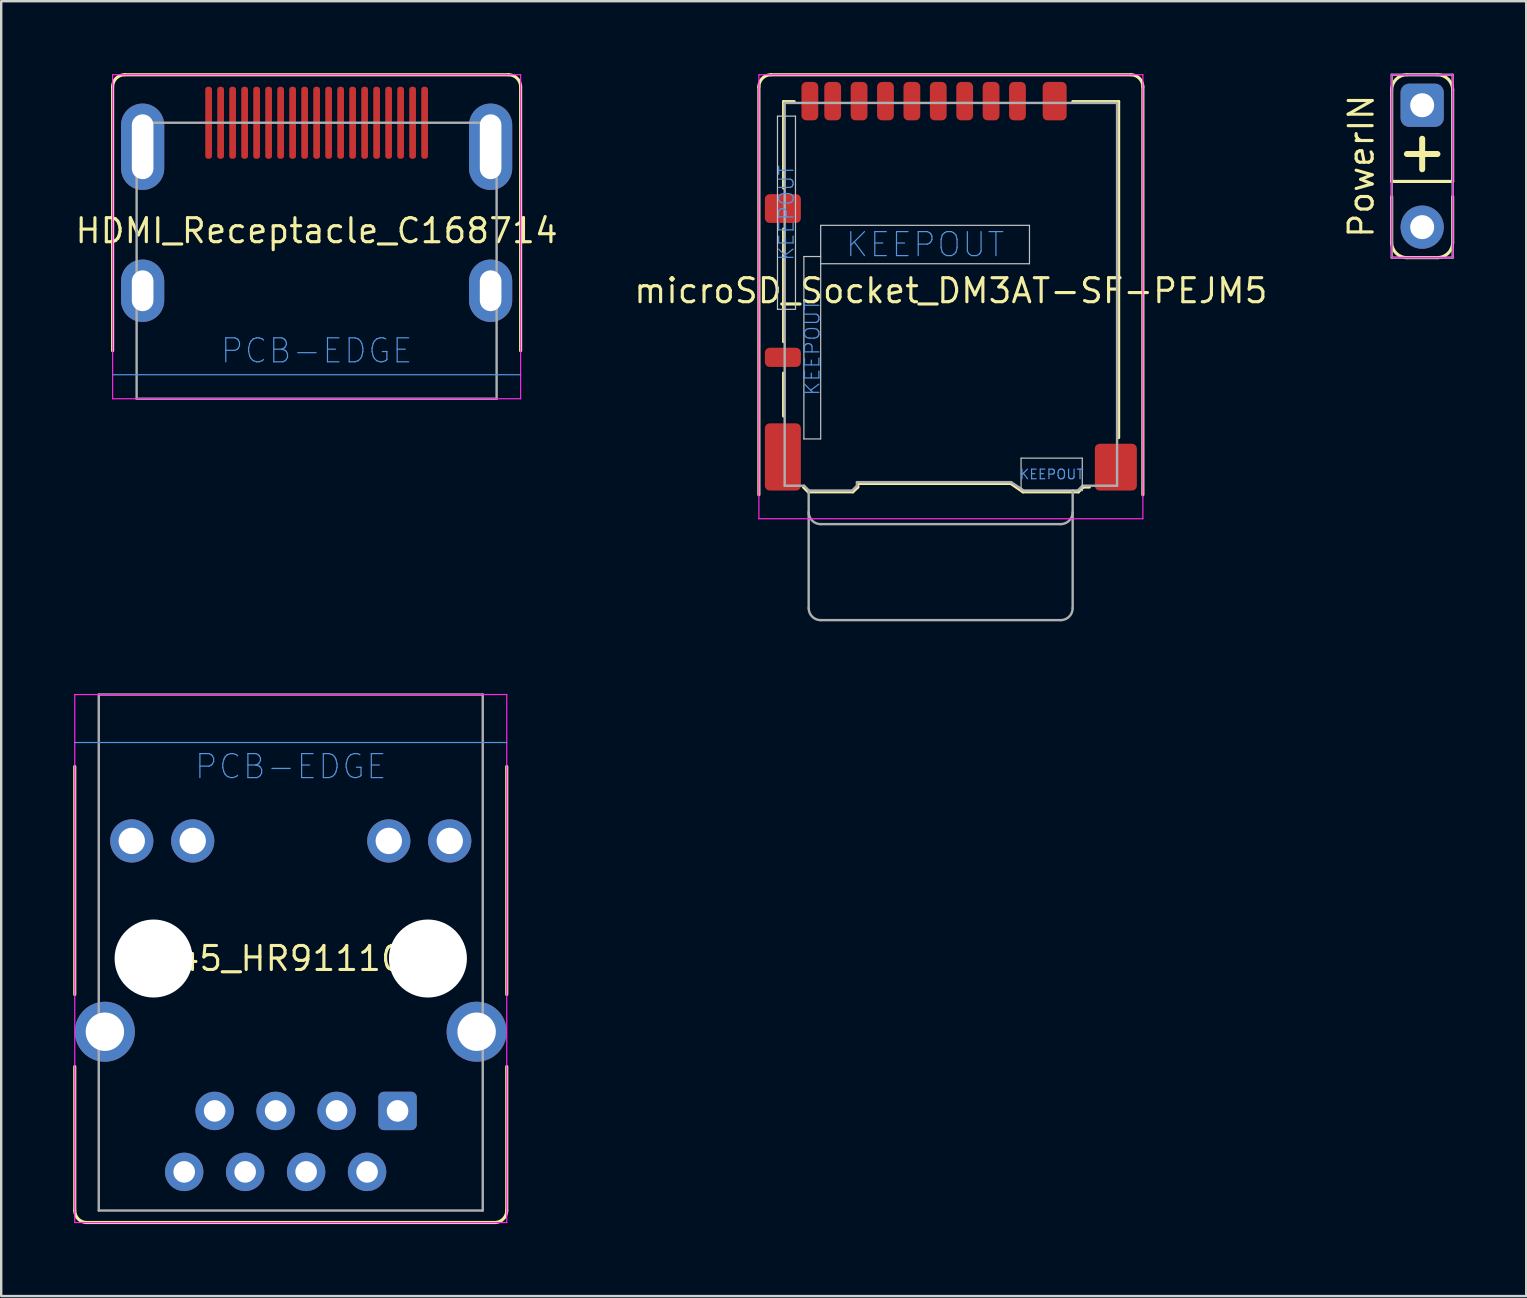
<source format=kicad_pcb>
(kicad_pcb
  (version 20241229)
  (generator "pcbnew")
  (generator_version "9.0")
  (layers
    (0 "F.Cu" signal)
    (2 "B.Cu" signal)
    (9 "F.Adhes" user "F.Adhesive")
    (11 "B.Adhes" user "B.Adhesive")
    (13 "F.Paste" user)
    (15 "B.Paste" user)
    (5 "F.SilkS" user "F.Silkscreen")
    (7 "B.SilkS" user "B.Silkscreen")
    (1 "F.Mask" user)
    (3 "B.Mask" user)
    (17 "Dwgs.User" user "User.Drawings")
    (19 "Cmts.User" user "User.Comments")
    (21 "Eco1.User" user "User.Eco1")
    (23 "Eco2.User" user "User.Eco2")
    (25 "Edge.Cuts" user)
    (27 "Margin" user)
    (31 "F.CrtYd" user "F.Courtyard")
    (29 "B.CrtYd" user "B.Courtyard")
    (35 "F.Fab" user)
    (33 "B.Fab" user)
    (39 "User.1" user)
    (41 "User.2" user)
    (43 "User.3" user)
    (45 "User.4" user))
  (footprint "microSD_Socket_DM3AT-SF-PEJM5"
    (layer "F.Cu")
    (at 36.571 9.065)
    (property "Reference" "microSD_Socket_DM3AT-SF-PEJM5" (at 0 0 0) (layer "F.SilkS") (effects (font (size 1 1) (thickness 0.13))))
    (attr smd)
    (fp_line (start -8 8.5) (end -8 -8.5) (stroke (width 0.13) (type solid)) (layer "F.SilkS"))
    (fp_line (start -7.5 -9) (end 7.5 -9) (stroke (width 0.13) (type solid)) (layer "F.SilkS"))
    (fp_line (start -6.975 -7.885) (end -6.975 -4.275) (stroke (width 0.12) (type solid)) (layer "F.SilkS"))
    (fp_line (start -6.975 -2.575) (end -6.975 2.125) (stroke (width 0.12) (type solid)) (layer "F.SilkS"))
    (fp_line (start -6.975 3.425) (end -6.975 5.225) (stroke (width 0.12) (type solid)) (layer "F.SilkS"))
    (fp_line (start -6.525 -7.885) (end -6.975 -7.885) (stroke (width 0.12) (type solid)) (layer "F.SilkS"))
    (fp_line (start -5.945 8.385) (end -6.145 8.185) (stroke (width 0.12) (type solid)) (layer "F.SilkS"))
    (fp_line (start -5.945 8.385) (end -4.085 8.385) (stroke (width 0.12) (type solid)) (layer "F.SilkS"))
    (fp_line (start -4.085 8.385) (end -3.875 8.185) (stroke (width 0.12) (type solid)) (layer "F.SilkS"))
    (fp_line (start -3.875 8.035) (end -3.875 8.185) (stroke (width 0.12) (type solid)) (layer "F.SilkS"))
    (fp_line (start -3.875 8.035) (end 2.495 8.035) (stroke (width 0.12) (type solid)) (layer "F.SilkS"))
    (fp_line (start 3.005 8.385) (end 2.495 8.035) (stroke (width 0.12) (type solid)) (layer "F.SilkS"))
    (fp_line (start 5.075 -7.885) (end 6.995 -7.885) (stroke (width 0.12) (type solid)) (layer "F.SilkS"))
    (fp_line (start 5.315 8.385) (end 3.005 8.385) (stroke (width 0.12) (type solid)) (layer "F.SilkS"))
    (fp_line (start 5.315 8.385) (end 5.515 8.185) (stroke (width 0.12) (type solid)) (layer "F.SilkS"))
    (fp_line (start 5.515 8.185) (end 5.775 8.185) (stroke (width 0.12) (type solid)) (layer "F.SilkS"))
    (fp_line (start 6.995 -7.885) (end 6.995 6.125) (stroke (width 0.12) (type solid)) (layer "F.SilkS"))
    (fp_line (start 8 -8.5) (end 8 8.5) (stroke (width 0.13) (type solid)) (layer "F.SilkS"))
    (fp_arc (start -8 -8.5) (mid -7.853553 -8.853553) (end -7.5 -9) (stroke (width 0.13) (type solid)) (layer "F.SilkS"))
    (fp_arc (start 7.5 -9) (mid 7.853553 -8.853553) (end 8 -8.5) (stroke (width 0.13) (type solid)) (layer "F.SilkS"))
    (fp_line (start -7.225 -7.275) (end -6.475 -7.275) (stroke (width 0.05) (type solid)) (layer "Dwgs.User"))
    (fp_line (start -7.225 0.775) (end -7.225 -7.275) (stroke (width 0.05) (type solid)) (layer "Dwgs.User"))
    (fp_line (start -6.475 -7.275) (end -6.475 0.775) (stroke (width 0.05) (type solid)) (layer "Dwgs.User"))
    (fp_line (start -6.475 0.775) (end -7.225 0.775) (stroke (width 0.05) (type solid)) (layer "Dwgs.User"))
    (fp_line (start -6.125 -1.425) (end -5.425 -1.425) (stroke (width 0.05) (type solid)) (layer "Dwgs.User"))
    (fp_line (start -6.125 6.175) (end -6.125 -1.425) (stroke (width 0.05) (type solid)) (layer "Dwgs.User"))
    (fp_line (start -5.425 -2.725) (end -5.425 6.175) (stroke (width 0.05) (type solid)) (layer "Dwgs.User"))
    (fp_line (start -5.425 -2.725) (end 3.275 -2.725) (stroke (width 0.05) (type solid)) (layer "Dwgs.User"))
    (fp_line (start -5.425 6.175) (end -6.125 6.175) (stroke (width 0.05) (type solid)) (layer "Dwgs.User"))
    (fp_line (start 2.925 6.975) (end 5.475 6.975) (stroke (width 0.05) (type solid)) (layer "Dwgs.User"))
    (fp_line (start 2.925 8.325) (end 2.925 6.975) (stroke (width 0.05) (type solid)) (layer "Dwgs.User"))
    (fp_line (start 3.275 -2.725) (end 3.275 -1.125) (stroke (width 0.05) (type solid)) (layer "Dwgs.User"))
    (fp_line (start 3.275 -1.125) (end -5.425 -1.125) (stroke (width 0.05) (type solid)) (layer "Dwgs.User"))
    (fp_line (start 5.475 6.975) (end 5.475 8.325) (stroke (width 0.05) (type solid)) (layer "Dwgs.User"))
    (fp_line (start 5.475 8.325) (end 2.925 8.325) (stroke (width 0.05) (type solid)) (layer "Dwgs.User"))
    (fp_line (start -8 -9) (end 8 -9) (stroke (width 0.05) (type solid)) (layer "F.CrtYd"))
    (fp_line (start -8 9.5) (end -8 -9) (stroke (width 0.05) (type solid)) (layer "F.CrtYd"))
    (fp_line (start 8 -9) (end 8 9.5) (stroke (width 0.05) (type solid)) (layer "F.CrtYd"))
    (fp_line (start 8 9.5) (end -8 9.5) (stroke (width 0.05) (type solid)) (layer "F.CrtYd"))
    (fp_line (start -6.925 8.125) (end -6.925 -7.825) (stroke (width 0.1) (type solid)) (layer "F.Fab"))
    (fp_line (start -6.115 8.125) (end -6.925 8.125) (stroke (width 0.1) (type solid)) (layer "F.Fab"))
    (fp_line (start -5.925 8.325) (end -5.925 13.225) (stroke (width 0.1) (type solid)) (layer "F.Fab"))
    (fp_line (start -5.915 8.325) (end -6.115 8.125) (stroke (width 0.1) (type solid)) (layer "F.Fab"))
    (fp_line (start -5.425 9.725) (end 4.575 9.725) (stroke (width 0.1) (type solid)) (layer "F.Fab"))
    (fp_line (start -5.425 13.725) (end 4.575 13.725) (stroke (width 0.1) (type solid)) (layer "F.Fab"))
    (fp_line (start -4.115 8.325) (end -5.915 8.325) (stroke (width 0.1) (type solid)) (layer "F.Fab"))
    (fp_line (start -3.915 8.125) (end -4.115 8.325) (stroke (width 0.1) (type solid)) (layer "F.Fab"))
    (fp_line (start -3.915 8.125) (end -3.915 7.975) (stroke (width 0.1) (type solid)) (layer "F.Fab"))
    (fp_line (start 2.51 7.975) (end -3.915 7.975) (stroke (width 0.1) (type solid)) (layer "F.Fab"))
    (fp_line (start 3.035 8.325) (end 2.51 7.975) (stroke (width 0.1) (type solid)) (layer "F.Fab"))
    (fp_line (start 5.075 13.225) (end 5.075 8.325) (stroke (width 0.1) (type solid)) (layer "F.Fab"))
    (fp_line (start 5.285 8.325) (end 3.035 8.325) (stroke (width 0.1) (type solid)) (layer "F.Fab"))
    (fp_line (start 5.285 8.325) (end 5.485 8.125) (stroke (width 0.1) (type solid)) (layer "F.Fab"))
    (fp_line (start 5.485 8.125) (end 6.925 8.125) (stroke (width 0.1) (type solid)) (layer "F.Fab"))
    (fp_line (start 6.925 -7.825) (end -6.925 -7.825) (stroke (width 0.1) (type solid)) (layer "F.Fab"))
    (fp_line (start 6.925 8.125) (end 6.925 -7.825) (stroke (width 0.1) (type solid)) (layer "F.Fab"))
    (fp_arc (start -5.425 9.725) (mid -5.778553 9.578553) (end -5.925 9.225) (stroke (width 0.1) (type solid)) (layer "F.Fab"))
    (fp_arc (start -5.425 13.725) (mid -5.778553 13.578553) (end -5.925 13.225) (stroke (width 0.1) (type solid)) (layer "F.Fab"))
    (fp_arc (start 5.075 9.225) (mid 4.928553 9.578553) (end 4.575 9.725) (stroke (width 0.1) (type solid)) (layer "F.Fab"))
    (fp_arc (start 5.075 13.225) (mid 4.928553 13.578553) (end 4.575 13.725) (stroke (width 0.1) (type solid)) (layer "F.Fab"))
    (fp_text user "KEEPOUT" (at 4.2 7.65 0) (layer "Cmts.User") (effects (font (size 0.4 0.4) (thickness 0.05))))
    (fp_text user "KEEPOUT" (at -1.075 -1.925 0) (layer "Cmts.User") (effects (font (size 1 1) (thickness 0.05))))
    (fp_text user "KEEPOUT" (at -5.775 2.375 90) (layer "Cmts.User") (effects (font (size 0.6 0.6) (thickness 0.05))))
    (fp_text user "KEEPOUT" (at -6.85 -3.25 90) (layer "Cmts.User") (effects (font (size 0.6 0.6) (thickness 0.05))))
    (pad "1" smd roundrect (at 2.775 -7.9) (size 0.7 1.6) (layers "F.Cu" "F.Mask" "F.Paste") (roundrect_rratio 0.286))
    (pad "2" smd roundrect (at 1.675 -7.9) (size 0.7 1.6) (layers "F.Cu" "F.Mask" "F.Paste") (roundrect_rratio 0.286))
    (pad "3" smd roundrect (at 0.575 -7.9) (size 0.7 1.6) (layers "F.Cu" "F.Mask" "F.Paste") (roundrect_rratio 0.286))
    (pad "4" smd roundrect (at -0.525 -7.9) (size 0.7 1.6) (layers "F.Cu" "F.Mask" "F.Paste") (roundrect_rratio 0.286))
    (pad "5" smd roundrect (at -1.625 -7.9) (size 0.7 1.6) (layers "F.Cu" "F.Mask" "F.Paste") (roundrect_rratio 0.286))
    (pad "6" smd roundrect (at -2.725 -7.9) (size 0.7 1.6) (layers "F.Cu" "F.Mask" "F.Paste") (roundrect_rratio 0.286))
    (pad "7" smd roundrect (at -3.825 -7.9) (size 0.7 1.6) (layers "F.Cu" "F.Mask" "F.Paste") (roundrect_rratio 0.286))
    (pad "8" smd roundrect (at -4.925 -7.9) (size 0.7 1.6) (layers "F.Cu" "F.Mask" "F.Paste") (roundrect_rratio 0.286))
    (pad "9" smd roundrect (at -5.875 -7.9) (size 0.7 1.6) (layers "F.Cu" "F.Mask" "F.Paste") (roundrect_rratio 0.286))
    (pad "10" smd roundrect (at -7 2.775) (size 1.5 0.8) (layers "F.Cu" "F.Mask" "F.Paste") (roundrect_rratio 0.25))
    (pad "11" smd roundrect (at -7 -3.425) (size 1.5 1.2) (layers "F.Cu" "F.Mask" "F.Paste") (roundrect_rratio 0.167))
    (pad "11" smd roundrect (at -7 6.925) (size 1.5 2.8) (layers "F.Cu" "F.Mask" "F.Paste") (roundrect_rratio 0.133))
    (pad "11" smd roundrect (at 4.325 -7.9) (size 1 1.6) (layers "F.Cu" "F.Mask" "F.Paste") (roundrect_rratio 0.2))
    (pad "11" smd roundrect (at 6.875 7.35) (size 1.75 1.95) (layers "F.Cu" "F.Mask" "F.Paste") (roundrect_rratio 0.114)))
  (footprint "RJ45_HR911105A"
    (layer "F.Cu")
    (at 9.065 36.89)
    (property "Reference" "RJ45_HR911105A" (at 0 0 0) (layer "F.SilkS") (effects (font (size 1 1) (thickness 0.13))))
    (attr through_hole)
    (fp_line (start -9 -8) (end -9 1.5) (stroke (width 0.13) (type solid)) (layer "F.SilkS"))
    (fp_line (start -9 4.5) (end -9 10.5) (stroke (width 0.13) (type solid)) (layer "F.SilkS"))
    (fp_line (start -8.5 11) (end 8.5 11) (stroke (width 0.13) (type solid)) (layer "F.SilkS"))
    (fp_line (start 9 -8) (end 9 1.5) (stroke (width 0.13) (type solid)) (layer "F.SilkS"))
    (fp_line (start 9 10.5) (end 9 4.5) (stroke (width 0.13) (type solid)) (layer "F.SilkS"))
    (fp_arc (start -8.5 11) (mid -8.853553 10.853553) (end -9 10.5) (stroke (width 0.13) (type solid)) (layer "F.SilkS"))
    (fp_arc (start 9 10.5) (mid 8.853553 10.853553) (end 8.5 11) (stroke (width 0.13) (type solid)) (layer "F.SilkS"))
    (fp_line (start -9 -9) (end 9 -9) (stroke (width 0.05) (type solid)) (layer "Cmts.User"))
    (fp_line (start -9 -11) (end 9 -11) (stroke (width 0.05) (type solid)) (layer "F.CrtYd"))
    (fp_line (start -9 11) (end -9 -11) (stroke (width 0.05) (type solid)) (layer "F.CrtYd"))
    (fp_line (start 9 -11) (end 9 11) (stroke (width 0.05) (type solid)) (layer "F.CrtYd"))
    (fp_line (start 9 11) (end -9 11) (stroke (width 0.05) (type solid)) (layer "F.CrtYd"))
    (fp_line (start -8 -11) (end -8 10.5) (stroke (width 0.1) (type solid)) (layer "F.Fab"))
    (fp_line (start -8 10.5) (end 8 10.5) (stroke (width 0.1) (type solid)) (layer "F.Fab"))
    (fp_line (start 8 -11) (end -8 -11) (stroke (width 0.1) (type solid)) (layer "F.Fab"))
    (fp_line (start 8 -11) (end 8 10.5) (stroke (width 0.1) (type solid)) (layer "F.Fab"))
    (fp_text user "PCB-EDGE" (at 0 -8 0) (layer "Cmts.User") (effects (font (size 1 1) (thickness 0.05))))
    (pad "" np_thru_hole circle (at -5.715 0) (size 3.25 3.25) (drill 3.25) (layers "*.Cu" "*.Mask"))
    (pad "" np_thru_hole circle (at 5.715 0) (size 3.25 3.25) (drill 3.25) (layers "*.Cu" "*.Mask"))
    (pad "1" thru_hole roundrect (at 4.45 6.35) (size 1.6 1.6) (drill 0.9) (layers "*.Cu" "*.Mask") (roundrect_rratio 0.143))
    (pad "2" thru_hole circle (at 3.18 8.89) (size 1.6 1.6) (drill 0.9) (layers "*.Cu" "*.Mask"))
    (pad "3" thru_hole circle (at 1.91 6.35) (size 1.6 1.6) (drill 0.9) (layers "*.Cu" "*.Mask"))
    (pad "4" thru_hole circle (at 0.64 8.89) (size 1.6 1.6) (drill 0.9) (layers "*.Cu" "*.Mask"))
    (pad "5" thru_hole circle (at -0.63 6.35) (size 1.6 1.6) (drill 0.9) (layers "*.Cu" "*.Mask"))
    (pad "6" thru_hole circle (at -1.9 8.89) (size 1.6 1.6) (drill 0.9) (layers "*.Cu" "*.Mask"))
    (pad "7" thru_hole circle (at -3.17 6.35) (size 1.6 1.6) (drill 0.9) (layers "*.Cu" "*.Mask"))
    (pad "8" thru_hole circle (at -4.44 8.89) (size 1.6 1.6) (drill 0.9) (layers "*.Cu" "*.Mask"))
    (pad "9" thru_hole circle (at 6.625 -4.9) (size 1.8 1.8) (drill 1.1) (layers "*.Cu" "*.Mask"))
    (pad "10" thru_hole circle (at 4.085 -4.9) (size 1.8 1.8) (drill 1.1) (layers "*.Cu" "*.Mask"))
    (pad "11" thru_hole circle (at -4.085 -4.9) (size 1.8 1.8) (drill 1.1) (layers "*.Cu" "*.Mask"))
    (pad "12" thru_hole circle (at -6.625 -4.9) (size 1.8 1.8) (drill 1.1) (layers "*.Cu" "*.Mask"))
    (pad "SH" thru_hole circle (at -7.745 3.05) (size 2.5 2.5) (drill 1.6) (layers "*.Cu" "*.Mask"))
    (pad "SH" thru_hole circle (at 7.745 3.05) (size 2.5 2.5) (drill 1.6) (layers "*.Cu" "*.Mask")))
  (footprint "PowerIN"
    (layer "F.Cu")
    (at 56.209 3.875)
    (property "Reference" "PowerIN" (at -2.54 0 270) (layer "F.SilkS") (effects (font (size 1 1) (thickness 0.13))))
    (attr through_hole)
    (fp_line (start -1.27 -3.175) (end -1.27 0.635) (stroke (width 0.13) (type solid)) (layer "F.SilkS"))
    (fp_line (start -1.27 0.635) (end 1.27 0.635) (stroke (width 0.13) (type solid)) (layer "F.SilkS"))
    (fp_line (start -1.27 1.27) (end -1.27 3.175) (stroke (width 0.13) (type solid)) (layer "F.SilkS"))
    (fp_line (start -0.635 -3.81) (end 0.635 -3.81) (stroke (width 0.13) (type solid)) (layer "F.SilkS"))
    (fp_line (start -0.635 -0.508) (end 0.635 -0.508) (stroke (width 0.25) (type solid)) (layer "F.SilkS"))
    (fp_line (start -0.635 3.81) (end 0.635 3.81) (stroke (width 0.13) (type solid)) (layer "F.SilkS"))
    (fp_line (start 0 -1.143) (end 0 0.127) (stroke (width 0.25) (type solid)) (layer "F.SilkS"))
    (fp_line (start 1.27 -3.175) (end 1.27 0.635) (stroke (width 0.13) (type solid)) (layer "F.SilkS"))
    (fp_line (start 1.27 1.27) (end 1.27 3.175) (stroke (width 0.13) (type solid)) (layer "F.SilkS"))
    (fp_arc (start -1.27 -3.175) (mid -1.084013 -3.624013) (end -0.635 -3.81) (stroke (width 0.13) (type solid)) (layer "F.SilkS"))
    (fp_arc (start -0.635 3.81) (mid -1.084013 3.624013) (end -1.27 3.175) (stroke (width 0.13) (type solid)) (layer "F.SilkS"))
    (fp_arc (start 0.635 -3.81) (mid 1.084013 -3.624013) (end 1.27 -3.175) (stroke (width 0.13) (type solid)) (layer "F.SilkS"))
    (fp_arc (start 1.27 3.175) (mid 1.084013 3.624013) (end 0.635 3.81) (stroke (width 0.13) (type solid)) (layer "F.SilkS"))
    (fp_line (start -1.27 -3.81) (end -1.27 3.81) (stroke (width 0.05) (type solid)) (layer "F.CrtYd"))
    (fp_line (start -1.27 -3.81) (end 1.27 -3.81) (stroke (width 0.05) (type solid)) (layer "F.CrtYd"))
    (fp_line (start -1.27 3.81) (end 1.27 3.81) (stroke (width 0.05) (type solid)) (layer "F.CrtYd"))
    (fp_line (start 1.27 3.81) (end 1.27 -3.81) (stroke (width 0.05) (type solid)) (layer "F.CrtYd"))
    (fp_line (start -1.27 -3.81) (end 1.27 -3.81) (stroke (width 0.1) (type solid)) (layer "F.Fab"))
    (fp_line (start -1.27 3.81) (end -1.27 -3.81) (stroke (width 0.1) (type solid)) (layer "F.Fab"))
    (fp_line (start 1.27 -3.81) (end 1.27 3.81) (stroke (width 0.1) (type solid)) (layer "F.Fab"))
    (fp_line (start 1.27 3.81) (end -1.27 3.81) (stroke (width 0.1) (type solid)) (layer "F.Fab"))
    (pad "1" thru_hole roundrect (at 0 -2.54) (size 1.8 1.8) (drill 1) (layers "*.Cu" "*.Mask") (roundrect_rratio 0.2))
    (pad "2" thru_hole oval (at 0 2.54) (size 1.8 1.8) (drill 1) (layers "*.Cu" "*.Mask")))
  (footprint "HDMI_Receptacle_C168714"
    (layer "F.Cu")
    (at 10.143 3.065)
    (property "Reference" "HDMI_Receptacle_C168714" (at 0 3.5 0) (layer "F.SilkS") (effects (font (size 1 1) (thickness 0.13))))
    (attr smd)
    (fp_line (start -8.5 -2.5) (end -8.5 8.5) (stroke (width 0.13) (type solid)) (layer "F.SilkS"))
    (fp_line (start 8 -3) (end -8 -3) (stroke (width 0.13) (type solid)) (layer "F.SilkS"))
    (fp_line (start 8.5 8.5) (end 8.5 -2.5) (stroke (width 0.13) (type solid)) (layer "F.SilkS"))
    (fp_arc (start -8.5 -2.5) (mid -8.353553 -2.853553) (end -8 -3) (stroke (width 0.13) (type solid)) (layer "F.SilkS"))
    (fp_arc (start 8 -3) (mid 8.353553 -2.853553) (end 8.5 -2.5) (stroke (width 0.13) (type solid)) (layer "F.SilkS"))
    (fp_line (start -8.5 9.5) (end 8.5 9.5) (stroke (width 0.05) (type solid)) (layer "Cmts.User"))
    (fp_line (start -8.5 -3) (end -8.5 10.5) (stroke (width 0.05) (type solid)) (layer "F.CrtYd"))
    (fp_line (start -8.5 10.5) (end 8.5 10.5) (stroke (width 0.05) (type solid)) (layer "F.CrtYd"))
    (fp_line (start 8.5 -3) (end -8.5 -3) (stroke (width 0.05) (type solid)) (layer "F.CrtYd"))
    (fp_line (start 8.5 10.5) (end 8.5 -3) (stroke (width 0.05) (type solid)) (layer "F.CrtYd"))
    (fp_line (start -7.5 -1) (end -7.5 10.5) (stroke (width 0.1) (type solid)) (layer "F.Fab"))
    (fp_line (start 7.5 -1) (end -7.5 -1) (stroke (width 0.1) (type solid)) (layer "F.Fab"))
    (fp_line (start 7.5 -1) (end 7.5 10.5) (stroke (width 0.1) (type solid)) (layer "F.Fab"))
    (fp_line (start 7.5 10.5) (end -7.5 10.5) (stroke (width 0.1) (type solid)) (layer "F.Fab"))
    (fp_text user "PCB-EDGE" (at 0 8.5 0) (layer "Cmts.User") (effects (font (size 1 1) (thickness 0.05))))
    (pad "1" smd roundrect (at 4.5 -1) (size 0.28 3) (layers "F.Cu" "F.Mask" "F.Paste") (roundrect_rratio 0.4))
    (pad "2" smd roundrect (at 4 -1) (size 0.28 3) (layers "F.Cu" "F.Mask" "F.Paste") (roundrect_rratio 0.4))
    (pad "3" smd roundrect (at 3.5 -1) (size 0.28 3) (layers "F.Cu" "F.Mask" "F.Paste") (roundrect_rratio 0.4))
    (pad "4" smd roundrect (at 3 -1) (size 0.28 3) (layers "F.Cu" "F.Mask" "F.Paste") (roundrect_rratio 0.4))
    (pad "5" smd roundrect (at 2.5 -1) (size 0.28 3) (layers "F.Cu" "F.Mask" "F.Paste") (roundrect_rratio 0.4))
    (pad "6" smd roundrect (at 2 -1) (size 0.28 3) (layers "F.Cu" "F.Mask" "F.Paste") (roundrect_rratio 0.4))
    (pad "7" smd roundrect (at 1.5 -1) (size 0.28 3) (layers "F.Cu" "F.Mask" "F.Paste") (roundrect_rratio 0.4))
    (pad "8" smd roundrect (at 1 -1) (size 0.28 3) (layers "F.Cu" "F.Mask" "F.Paste") (roundrect_rratio 0.4))
    (pad "9" smd roundrect (at 0.5 -1) (size 0.28 3) (layers "F.Cu" "F.Mask" "F.Paste") (roundrect_rratio 0.4))
    (pad "10" smd roundrect (at 0 -1) (size 0.28 3) (layers "F.Cu" "F.Mask" "F.Paste") (roundrect_rratio 0.4))
    (pad "11" smd roundrect (at -0.5 -1) (size 0.28 3) (layers "F.Cu" "F.Mask" "F.Paste") (roundrect_rratio 0.4))
    (pad "12" smd roundrect (at -1 -1) (size 0.28 3) (layers "F.Cu" "F.Mask" "F.Paste") (roundrect_rratio 0.4))
    (pad "13" smd roundrect (at -1.5 -1) (size 0.28 3) (layers "F.Cu" "F.Mask" "F.Paste") (roundrect_rratio 0.4))
    (pad "14" smd roundrect (at -2 -1) (size 0.28 3) (layers "F.Cu" "F.Mask" "F.Paste") (roundrect_rratio 0.4))
    (pad "15" smd roundrect (at -2.5 -1) (size 0.28 3) (layers "F.Cu" "F.Mask" "F.Paste") (roundrect_rratio 0.4))
    (pad "16" smd roundrect (at -3 -1) (size 0.28 3) (layers "F.Cu" "F.Mask" "F.Paste") (roundrect_rratio 0.4))
    (pad "17" smd roundrect (at -3.5 -1) (size 0.28 3) (layers "F.Cu" "F.Mask" "F.Paste") (roundrect_rratio 0.4))
    (pad "18" smd roundrect (at -4 -1) (size 0.28 3) (layers "F.Cu" "F.Mask" "F.Paste") (roundrect_rratio 0.4))
    (pad "19" smd roundrect (at -4.5 -1) (size 0.28 3) (layers "F.Cu" "F.Mask" "F.Paste") (roundrect_rratio 0.4))
    (pad "SH" thru_hole oval (at -7.25 0) (size 1.8 3.6) (drill oval 0.9 2.7) (layers "*.Cu" "*.Mask"))
    (pad "SH" thru_hole oval (at -7.25 6) (size 1.8 2.6) (drill oval 0.9 1.7) (layers "*.Cu" "*.Mask"))
    (pad "SH" thru_hole oval (at 7.25 0) (size 1.8 3.6) (drill oval 0.9 2.7) (layers "*.Cu" "*.Mask"))
    (pad "SH" thru_hole oval (at 7.25 6) (size 1.8 2.6) (drill oval 0.9 1.7) (layers "*.Cu" "*.Mask")))
  (gr_rect
    (start -3 -3)
    (end 60.544 50.955)
    (stroke (width 0.1) (type default))
    (fill no)
    (layer "Edge.Cuts")))
</source>
